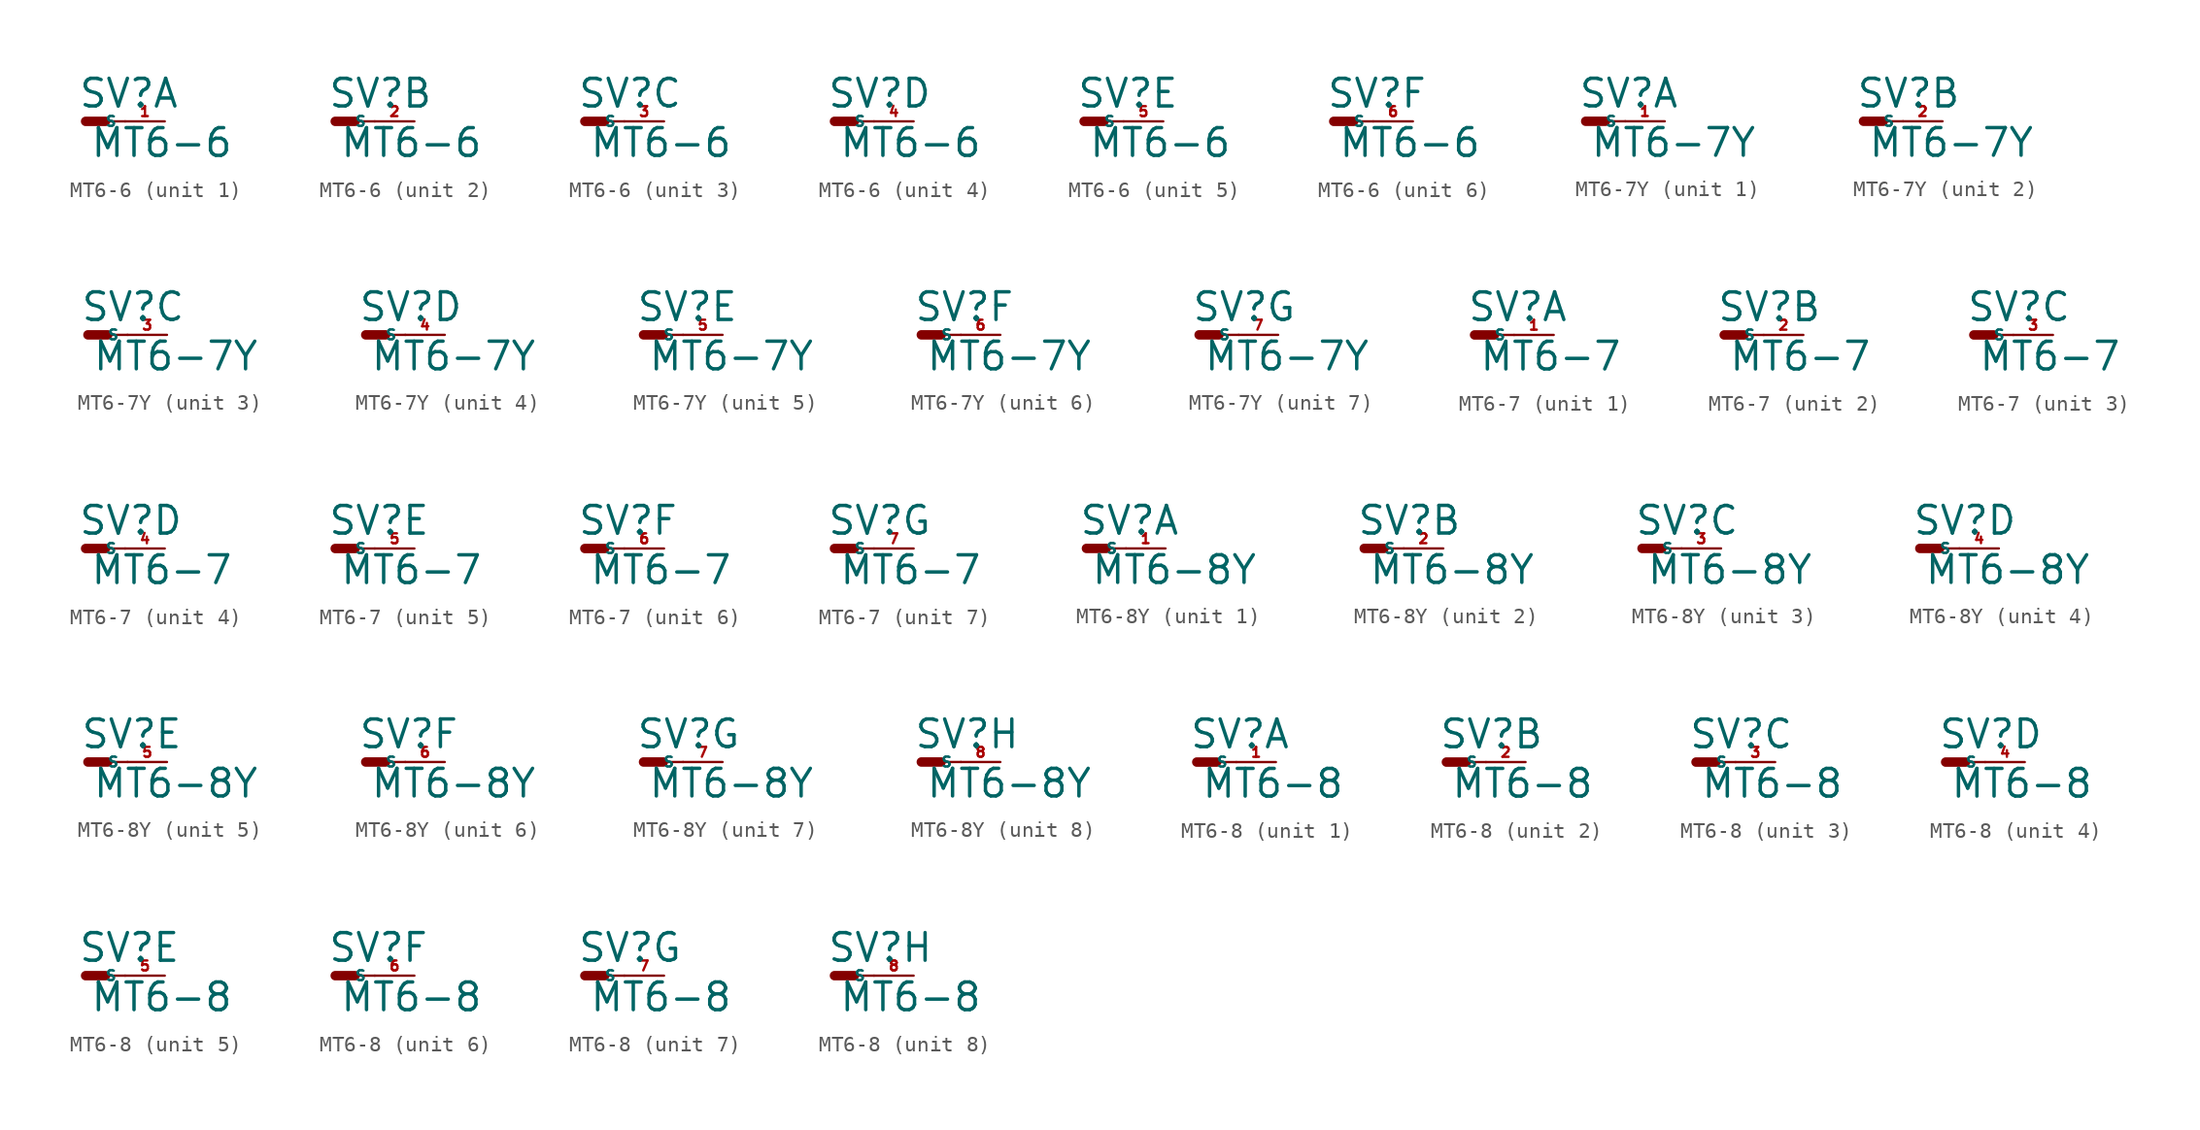
<source format=kicad_sym>
(kicad_symbol_lib
  (version 20220914)
  (generator Eagle2Kicad)
  (symbol "MT6-6"
    (property "Reference" "SV"
      (at -0.508 0.762 0)
      (effects (font (size 1.778 1.778) (thickness 0.22)) (justify left bottom)))
    (property "Value" "MT6-6"
      (at 0.254 -2.413 0)
      (effects (font (size 1.778 1.778) (thickness 0.22)) (justify left bottom)))
    (symbol "MT6-6_1_0"
      (polyline (pts (xy 1.27 0) (xy 2.54 0)) (stroke (width 0.152) (type default)) (fill (type none)))
      (polyline (pts (xy 0 0) (xy 1.27 0)) (stroke (width 0.61) (type default)) (fill (type none)))
      (pin passive line (at 5.08 0 180) (length 2.54) (name "S" (effects (font (size 0.635 0.635) (thickness 0.08)) (justify left bottom))) (number "1" (effects (font (size 0.635 0.635) (thickness 0.08)) (justify left bottom)))))
    (symbol "MT6-6_2_0"
      (polyline (pts (xy 1.27 0) (xy 2.54 0)) (stroke (width 0.152) (type default)) (fill (type none)))
      (polyline (pts (xy 0 0) (xy 1.27 0)) (stroke (width 0.61) (type default)) (fill (type none)))
      (pin passive line (at 5.08 0 180) (length 2.54) (name "S" (effects (font (size 0.635 0.635) (thickness 0.08)) (justify left bottom))) (number "2" (effects (font (size 0.635 0.635) (thickness 0.08)) (justify left bottom)))))
    (symbol "MT6-6_3_0"
      (polyline (pts (xy 1.27 0) (xy 2.54 0)) (stroke (width 0.152) (type default)) (fill (type none)))
      (polyline (pts (xy 0 0) (xy 1.27 0)) (stroke (width 0.61) (type default)) (fill (type none)))
      (pin passive line (at 5.08 0 180) (length 2.54) (name "S" (effects (font (size 0.635 0.635) (thickness 0.08)) (justify left bottom))) (number "3" (effects (font (size 0.635 0.635) (thickness 0.08)) (justify left bottom)))))
    (symbol "MT6-6_4_0"
      (polyline (pts (xy 1.27 0) (xy 2.54 0)) (stroke (width 0.152) (type default)) (fill (type none)))
      (polyline (pts (xy 0 0) (xy 1.27 0)) (stroke (width 0.61) (type default)) (fill (type none)))
      (pin passive line (at 5.08 0 180) (length 2.54) (name "S" (effects (font (size 0.635 0.635) (thickness 0.08)) (justify left bottom))) (number "4" (effects (font (size 0.635 0.635) (thickness 0.08)) (justify left bottom)))))
    (symbol "MT6-6_5_0"
      (polyline (pts (xy 1.27 0) (xy 2.54 0)) (stroke (width 0.152) (type default)) (fill (type none)))
      (polyline (pts (xy 0 0) (xy 1.27 0)) (stroke (width 0.61) (type default)) (fill (type none)))
      (pin passive line (at 5.08 0 180) (length 2.54) (name "S" (effects (font (size 0.635 0.635) (thickness 0.08)) (justify left bottom))) (number "5" (effects (font (size 0.635 0.635) (thickness 0.08)) (justify left bottom)))))
    (symbol "MT6-6_6_0"
      (polyline (pts (xy 1.27 0) (xy 2.54 0)) (stroke (width 0.152) (type default)) (fill (type none)))
      (polyline (pts (xy 0 0) (xy 1.27 0)) (stroke (width 0.61) (type default)) (fill (type none)))
      (pin passive line (at 5.08 0 180) (length 2.54) (name "S" (effects (font (size 0.635 0.635) (thickness 0.08)) (justify left bottom))) (number "6" (effects (font (size 0.635 0.635) (thickness 0.08)) (justify left bottom))))))
  (symbol "MT6-7Y"
    (property "Reference" "SV"
      (at -0.508 0.762 0)
      (effects (font (size 1.778 1.778) (thickness 0.22)) (justify left bottom)))
    (property "Value" "MT6-7Y"
      (at 0.254 -2.413 0)
      (effects (font (size 1.778 1.778) (thickness 0.22)) (justify left bottom)))
    (symbol "MT6-7Y_1_0"
      (polyline (pts (xy 1.27 0) (xy 2.54 0)) (stroke (width 0.152) (type default)) (fill (type none)))
      (polyline (pts (xy 0 0) (xy 1.27 0)) (stroke (width 0.61) (type default)) (fill (type none)))
      (pin passive line (at 5.08 0 180) (length 2.54) (name "S" (effects (font (size 0.635 0.635) (thickness 0.08)) (justify left bottom))) (number "1" (effects (font (size 0.635 0.635) (thickness 0.08)) (justify left bottom)))))
    (symbol "MT6-7Y_2_0"
      (polyline (pts (xy 1.27 0) (xy 2.54 0)) (stroke (width 0.152) (type default)) (fill (type none)))
      (polyline (pts (xy 0 0) (xy 1.27 0)) (stroke (width 0.61) (type default)) (fill (type none)))
      (pin passive line (at 5.08 0 180) (length 2.54) (name "S" (effects (font (size 0.635 0.635) (thickness 0.08)) (justify left bottom))) (number "2" (effects (font (size 0.635 0.635) (thickness 0.08)) (justify left bottom)))))
    (symbol "MT6-7Y_3_0"
      (polyline (pts (xy 1.27 0) (xy 2.54 0)) (stroke (width 0.152) (type default)) (fill (type none)))
      (polyline (pts (xy 0 0) (xy 1.27 0)) (stroke (width 0.61) (type default)) (fill (type none)))
      (pin passive line (at 5.08 0 180) (length 2.54) (name "S" (effects (font (size 0.635 0.635) (thickness 0.08)) (justify left bottom))) (number "3" (effects (font (size 0.635 0.635) (thickness 0.08)) (justify left bottom)))))
    (symbol "MT6-7Y_4_0"
      (polyline (pts (xy 1.27 0) (xy 2.54 0)) (stroke (width 0.152) (type default)) (fill (type none)))
      (polyline (pts (xy 0 0) (xy 1.27 0)) (stroke (width 0.61) (type default)) (fill (type none)))
      (pin passive line (at 5.08 0 180) (length 2.54) (name "S" (effects (font (size 0.635 0.635) (thickness 0.08)) (justify left bottom))) (number "4" (effects (font (size 0.635 0.635) (thickness 0.08)) (justify left bottom)))))
    (symbol "MT6-7Y_5_0"
      (polyline (pts (xy 1.27 0) (xy 2.54 0)) (stroke (width 0.152) (type default)) (fill (type none)))
      (polyline (pts (xy 0 0) (xy 1.27 0)) (stroke (width 0.61) (type default)) (fill (type none)))
      (pin passive line (at 5.08 0 180) (length 2.54) (name "S" (effects (font (size 0.635 0.635) (thickness 0.08)) (justify left bottom))) (number "5" (effects (font (size 0.635 0.635) (thickness 0.08)) (justify left bottom)))))
    (symbol "MT6-7Y_6_0"
      (polyline (pts (xy 1.27 0) (xy 2.54 0)) (stroke (width 0.152) (type default)) (fill (type none)))
      (polyline (pts (xy 0 0) (xy 1.27 0)) (stroke (width 0.61) (type default)) (fill (type none)))
      (pin passive line (at 5.08 0 180) (length 2.54) (name "S" (effects (font (size 0.635 0.635) (thickness 0.08)) (justify left bottom))) (number "6" (effects (font (size 0.635 0.635) (thickness 0.08)) (justify left bottom)))))
    (symbol "MT6-7Y_7_0"
      (polyline (pts (xy 1.27 0) (xy 2.54 0)) (stroke (width 0.152) (type default)) (fill (type none)))
      (polyline (pts (xy 0 0) (xy 1.27 0)) (stroke (width 0.61) (type default)) (fill (type none)))
      (pin passive line (at 5.08 0 180) (length 2.54) (name "S" (effects (font (size 0.635 0.635) (thickness 0.08)) (justify left bottom))) (number "7" (effects (font (size 0.635 0.635) (thickness 0.08)) (justify left bottom))))))
  (symbol "MT6-7"
    (property "Reference" "SV"
      (at -0.508 0.762 0)
      (effects (font (size 1.778 1.778) (thickness 0.22)) (justify left bottom)))
    (property "Value" "MT6-7"
      (at 0.254 -2.413 0)
      (effects (font (size 1.778 1.778) (thickness 0.22)) (justify left bottom)))
    (symbol "MT6-7_1_0"
      (polyline (pts (xy 1.27 0) (xy 2.54 0)) (stroke (width 0.152) (type default)) (fill (type none)))
      (polyline (pts (xy 0 0) (xy 1.27 0)) (stroke (width 0.61) (type default)) (fill (type none)))
      (pin passive line (at 5.08 0 180) (length 2.54) (name "S" (effects (font (size 0.635 0.635) (thickness 0.08)) (justify left bottom))) (number "1" (effects (font (size 0.635 0.635) (thickness 0.08)) (justify left bottom)))))
    (symbol "MT6-7_2_0"
      (polyline (pts (xy 1.27 0) (xy 2.54 0)) (stroke (width 0.152) (type default)) (fill (type none)))
      (polyline (pts (xy 0 0) (xy 1.27 0)) (stroke (width 0.61) (type default)) (fill (type none)))
      (pin passive line (at 5.08 0 180) (length 2.54) (name "S" (effects (font (size 0.635 0.635) (thickness 0.08)) (justify left bottom))) (number "2" (effects (font (size 0.635 0.635) (thickness 0.08)) (justify left bottom)))))
    (symbol "MT6-7_3_0"
      (polyline (pts (xy 1.27 0) (xy 2.54 0)) (stroke (width 0.152) (type default)) (fill (type none)))
      (polyline (pts (xy 0 0) (xy 1.27 0)) (stroke (width 0.61) (type default)) (fill (type none)))
      (pin passive line (at 5.08 0 180) (length 2.54) (name "S" (effects (font (size 0.635 0.635) (thickness 0.08)) (justify left bottom))) (number "3" (effects (font (size 0.635 0.635) (thickness 0.08)) (justify left bottom)))))
    (symbol "MT6-7_4_0"
      (polyline (pts (xy 1.27 0) (xy 2.54 0)) (stroke (width 0.152) (type default)) (fill (type none)))
      (polyline (pts (xy 0 0) (xy 1.27 0)) (stroke (width 0.61) (type default)) (fill (type none)))
      (pin passive line (at 5.08 0 180) (length 2.54) (name "S" (effects (font (size 0.635 0.635) (thickness 0.08)) (justify left bottom))) (number "4" (effects (font (size 0.635 0.635) (thickness 0.08)) (justify left bottom)))))
    (symbol "MT6-7_5_0"
      (polyline (pts (xy 1.27 0) (xy 2.54 0)) (stroke (width 0.152) (type default)) (fill (type none)))
      (polyline (pts (xy 0 0) (xy 1.27 0)) (stroke (width 0.61) (type default)) (fill (type none)))
      (pin passive line (at 5.08 0 180) (length 2.54) (name "S" (effects (font (size 0.635 0.635) (thickness 0.08)) (justify left bottom))) (number "5" (effects (font (size 0.635 0.635) (thickness 0.08)) (justify left bottom)))))
    (symbol "MT6-7_6_0"
      (polyline (pts (xy 1.27 0) (xy 2.54 0)) (stroke (width 0.152) (type default)) (fill (type none)))
      (polyline (pts (xy 0 0) (xy 1.27 0)) (stroke (width 0.61) (type default)) (fill (type none)))
      (pin passive line (at 5.08 0 180) (length 2.54) (name "S" (effects (font (size 0.635 0.635) (thickness 0.08)) (justify left bottom))) (number "6" (effects (font (size 0.635 0.635) (thickness 0.08)) (justify left bottom)))))
    (symbol "MT6-7_7_0"
      (polyline (pts (xy 1.27 0) (xy 2.54 0)) (stroke (width 0.152) (type default)) (fill (type none)))
      (polyline (pts (xy 0 0) (xy 1.27 0)) (stroke (width 0.61) (type default)) (fill (type none)))
      (pin passive line (at 5.08 0 180) (length 2.54) (name "S" (effects (font (size 0.635 0.635) (thickness 0.08)) (justify left bottom))) (number "7" (effects (font (size 0.635 0.635) (thickness 0.08)) (justify left bottom))))))
  (symbol "MT6-8Y"
    (property "Reference" "SV"
      (at -0.508 0.762 0)
      (effects (font (size 1.778 1.778) (thickness 0.22)) (justify left bottom)))
    (property "Value" "MT6-8Y"
      (at 0.254 -2.413 0)
      (effects (font (size 1.778 1.778) (thickness 0.22)) (justify left bottom)))
    (symbol "MT6-8Y_1_0"
      (polyline (pts (xy 1.27 0) (xy 2.54 0)) (stroke (width 0.152) (type default)) (fill (type none)))
      (polyline (pts (xy 0 0) (xy 1.27 0)) (stroke (width 0.61) (type default)) (fill (type none)))
      (pin passive line (at 5.08 0 180) (length 2.54) (name "S" (effects (font (size 0.635 0.635) (thickness 0.08)) (justify left bottom))) (number "1" (effects (font (size 0.635 0.635) (thickness 0.08)) (justify left bottom)))))
    (symbol "MT6-8Y_2_0"
      (polyline (pts (xy 1.27 0) (xy 2.54 0)) (stroke (width 0.152) (type default)) (fill (type none)))
      (polyline (pts (xy 0 0) (xy 1.27 0)) (stroke (width 0.61) (type default)) (fill (type none)))
      (pin passive line (at 5.08 0 180) (length 2.54) (name "S" (effects (font (size 0.635 0.635) (thickness 0.08)) (justify left bottom))) (number "2" (effects (font (size 0.635 0.635) (thickness 0.08)) (justify left bottom)))))
    (symbol "MT6-8Y_3_0"
      (polyline (pts (xy 1.27 0) (xy 2.54 0)) (stroke (width 0.152) (type default)) (fill (type none)))
      (polyline (pts (xy 0 0) (xy 1.27 0)) (stroke (width 0.61) (type default)) (fill (type none)))
      (pin passive line (at 5.08 0 180) (length 2.54) (name "S" (effects (font (size 0.635 0.635) (thickness 0.08)) (justify left bottom))) (number "3" (effects (font (size 0.635 0.635) (thickness 0.08)) (justify left bottom)))))
    (symbol "MT6-8Y_4_0"
      (polyline (pts (xy 1.27 0) (xy 2.54 0)) (stroke (width 0.152) (type default)) (fill (type none)))
      (polyline (pts (xy 0 0) (xy 1.27 0)) (stroke (width 0.61) (type default)) (fill (type none)))
      (pin passive line (at 5.08 0 180) (length 2.54) (name "S" (effects (font (size 0.635 0.635) (thickness 0.08)) (justify left bottom))) (number "4" (effects (font (size 0.635 0.635) (thickness 0.08)) (justify left bottom)))))
    (symbol "MT6-8Y_5_0"
      (polyline (pts (xy 1.27 0) (xy 2.54 0)) (stroke (width 0.152) (type default)) (fill (type none)))
      (polyline (pts (xy 0 0) (xy 1.27 0)) (stroke (width 0.61) (type default)) (fill (type none)))
      (pin passive line (at 5.08 0 180) (length 2.54) (name "S" (effects (font (size 0.635 0.635) (thickness 0.08)) (justify left bottom))) (number "5" (effects (font (size 0.635 0.635) (thickness 0.08)) (justify left bottom)))))
    (symbol "MT6-8Y_6_0"
      (polyline (pts (xy 1.27 0) (xy 2.54 0)) (stroke (width 0.152) (type default)) (fill (type none)))
      (polyline (pts (xy 0 0) (xy 1.27 0)) (stroke (width 0.61) (type default)) (fill (type none)))
      (pin passive line (at 5.08 0 180) (length 2.54) (name "S" (effects (font (size 0.635 0.635) (thickness 0.08)) (justify left bottom))) (number "6" (effects (font (size 0.635 0.635) (thickness 0.08)) (justify left bottom)))))
    (symbol "MT6-8Y_7_0"
      (polyline (pts (xy 1.27 0) (xy 2.54 0)) (stroke (width 0.152) (type default)) (fill (type none)))
      (polyline (pts (xy 0 0) (xy 1.27 0)) (stroke (width 0.61) (type default)) (fill (type none)))
      (pin passive line (at 5.08 0 180) (length 2.54) (name "S" (effects (font (size 0.635 0.635) (thickness 0.08)) (justify left bottom))) (number "7" (effects (font (size 0.635 0.635) (thickness 0.08)) (justify left bottom)))))
    (symbol "MT6-8Y_8_0"
      (polyline (pts (xy 1.27 0) (xy 2.54 0)) (stroke (width 0.152) (type default)) (fill (type none)))
      (polyline (pts (xy 0 0) (xy 1.27 0)) (stroke (width 0.61) (type default)) (fill (type none)))
      (pin passive line (at 5.08 0 180) (length 2.54) (name "S" (effects (font (size 0.635 0.635) (thickness 0.08)) (justify left bottom))) (number "8" (effects (font (size 0.635 0.635) (thickness 0.08)) (justify left bottom))))))
  (symbol "MT6-8"
    (property "Reference" "SV"
      (at -0.508 0.762 0)
      (effects (font (size 1.778 1.778) (thickness 0.22)) (justify left bottom)))
    (property "Value" "MT6-8"
      (at 0.254 -2.413 0)
      (effects (font (size 1.778 1.778) (thickness 0.22)) (justify left bottom)))
    (symbol "MT6-8_1_0"
      (polyline (pts (xy 1.27 0) (xy 2.54 0)) (stroke (width 0.152) (type default)) (fill (type none)))
      (polyline (pts (xy 0 0) (xy 1.27 0)) (stroke (width 0.61) (type default)) (fill (type none)))
      (pin passive line (at 5.08 0 180) (length 2.54) (name "S" (effects (font (size 0.635 0.635) (thickness 0.08)) (justify left bottom))) (number "1" (effects (font (size 0.635 0.635) (thickness 0.08)) (justify left bottom)))))
    (symbol "MT6-8_2_0"
      (polyline (pts (xy 1.27 0) (xy 2.54 0)) (stroke (width 0.152) (type default)) (fill (type none)))
      (polyline (pts (xy 0 0) (xy 1.27 0)) (stroke (width 0.61) (type default)) (fill (type none)))
      (pin passive line (at 5.08 0 180) (length 2.54) (name "S" (effects (font (size 0.635 0.635) (thickness 0.08)) (justify left bottom))) (number "2" (effects (font (size 0.635 0.635) (thickness 0.08)) (justify left bottom)))))
    (symbol "MT6-8_3_0"
      (polyline (pts (xy 1.27 0) (xy 2.54 0)) (stroke (width 0.152) (type default)) (fill (type none)))
      (polyline (pts (xy 0 0) (xy 1.27 0)) (stroke (width 0.61) (type default)) (fill (type none)))
      (pin passive line (at 5.08 0 180) (length 2.54) (name "S" (effects (font (size 0.635 0.635) (thickness 0.08)) (justify left bottom))) (number "3" (effects (font (size 0.635 0.635) (thickness 0.08)) (justify left bottom)))))
    (symbol "MT6-8_4_0"
      (polyline (pts (xy 1.27 0) (xy 2.54 0)) (stroke (width 0.152) (type default)) (fill (type none)))
      (polyline (pts (xy 0 0) (xy 1.27 0)) (stroke (width 0.61) (type default)) (fill (type none)))
      (pin passive line (at 5.08 0 180) (length 2.54) (name "S" (effects (font (size 0.635 0.635) (thickness 0.08)) (justify left bottom))) (number "4" (effects (font (size 0.635 0.635) (thickness 0.08)) (justify left bottom)))))
    (symbol "MT6-8_5_0"
      (polyline (pts (xy 1.27 0) (xy 2.54 0)) (stroke (width 0.152) (type default)) (fill (type none)))
      (polyline (pts (xy 0 0) (xy 1.27 0)) (stroke (width 0.61) (type default)) (fill (type none)))
      (pin passive line (at 5.08 0 180) (length 2.54) (name "S" (effects (font (size 0.635 0.635) (thickness 0.08)) (justify left bottom))) (number "5" (effects (font (size 0.635 0.635) (thickness 0.08)) (justify left bottom)))))
    (symbol "MT6-8_6_0"
      (polyline (pts (xy 1.27 0) (xy 2.54 0)) (stroke (width 0.152) (type default)) (fill (type none)))
      (polyline (pts (xy 0 0) (xy 1.27 0)) (stroke (width 0.61) (type default)) (fill (type none)))
      (pin passive line (at 5.08 0 180) (length 2.54) (name "S" (effects (font (size 0.635 0.635) (thickness 0.08)) (justify left bottom))) (number "6" (effects (font (size 0.635 0.635) (thickness 0.08)) (justify left bottom)))))
    (symbol "MT6-8_7_0"
      (polyline (pts (xy 1.27 0) (xy 2.54 0)) (stroke (width 0.152) (type default)) (fill (type none)))
      (polyline (pts (xy 0 0) (xy 1.27 0)) (stroke (width 0.61) (type default)) (fill (type none)))
      (pin passive line (at 5.08 0 180) (length 2.54) (name "S" (effects (font (size 0.635 0.635) (thickness 0.08)) (justify left bottom))) (number "7" (effects (font (size 0.635 0.635) (thickness 0.08)) (justify left bottom)))))
    (symbol "MT6-8_8_0"
      (polyline (pts (xy 1.27 0) (xy 2.54 0)) (stroke (width 0.152) (type default)) (fill (type none)))
      (polyline (pts (xy 0 0) (xy 1.27 0)) (stroke (width 0.61) (type default)) (fill (type none)))
      (pin passive line (at 5.08 0 180) (length 2.54) (name "S" (effects (font (size 0.635 0.635) (thickness 0.08)) (justify left bottom))) (number "8" (effects (font (size 0.635 0.635) (thickness 0.08)) (justify left bottom)))))))
</source>
